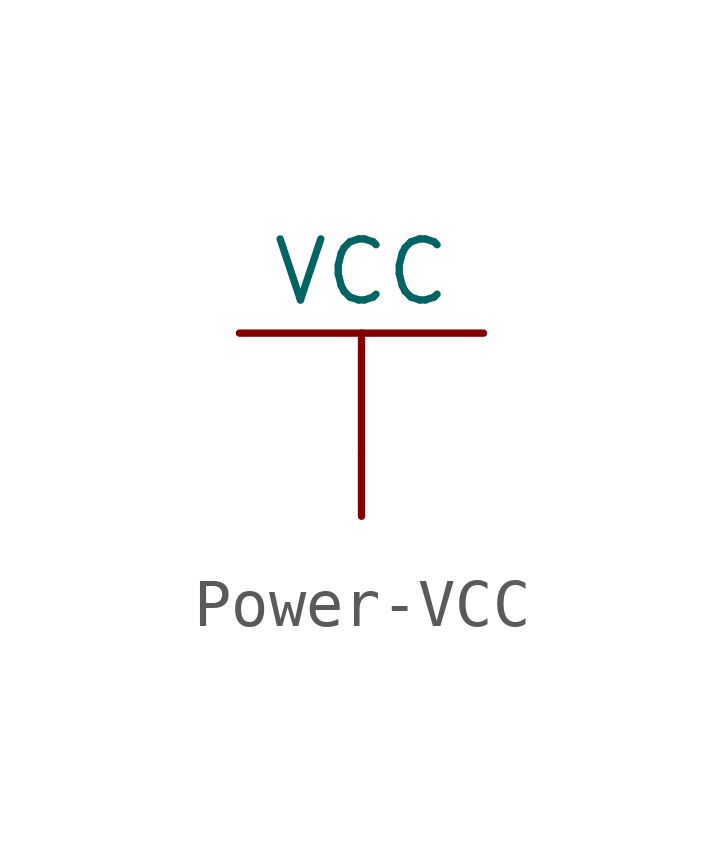
<source format=kicad_sym>
(kicad_symbol_lib
  (version 20231120)
  (generator "kicad_symbol_editor")
  (generator_version "8.0")
  (symbol "Power-VCC"
    (power)
    (pin_numbers hide)
    (pin_names hide)
    (property "Reference" "#PWR"
      (at 0 0 0)
      (effects (font (size 1.27 1.27)) (hide yes)))
    (property "Value" "VCC"
      (at 0 5.08 0)
      (effects (font (size 1.27 1.27))))
    (symbol "Power-VCC_1_0"
      (polyline (pts (xy -2.54 3.81) (xy 2.54 3.81)) (stroke (width 0) (type default)) (fill (type none)))
      (polyline (pts (xy 0 3.81) (xy 0 1.27)) (stroke (width 0) (type default)) (fill (type none)))
      (pin power_in line (at 0 0 90) (length 1.27) (name "" (effects (font (size 1.27 1.27)))) (number "1" (effects (font (size 0.025 0.025))))))))
</source>
